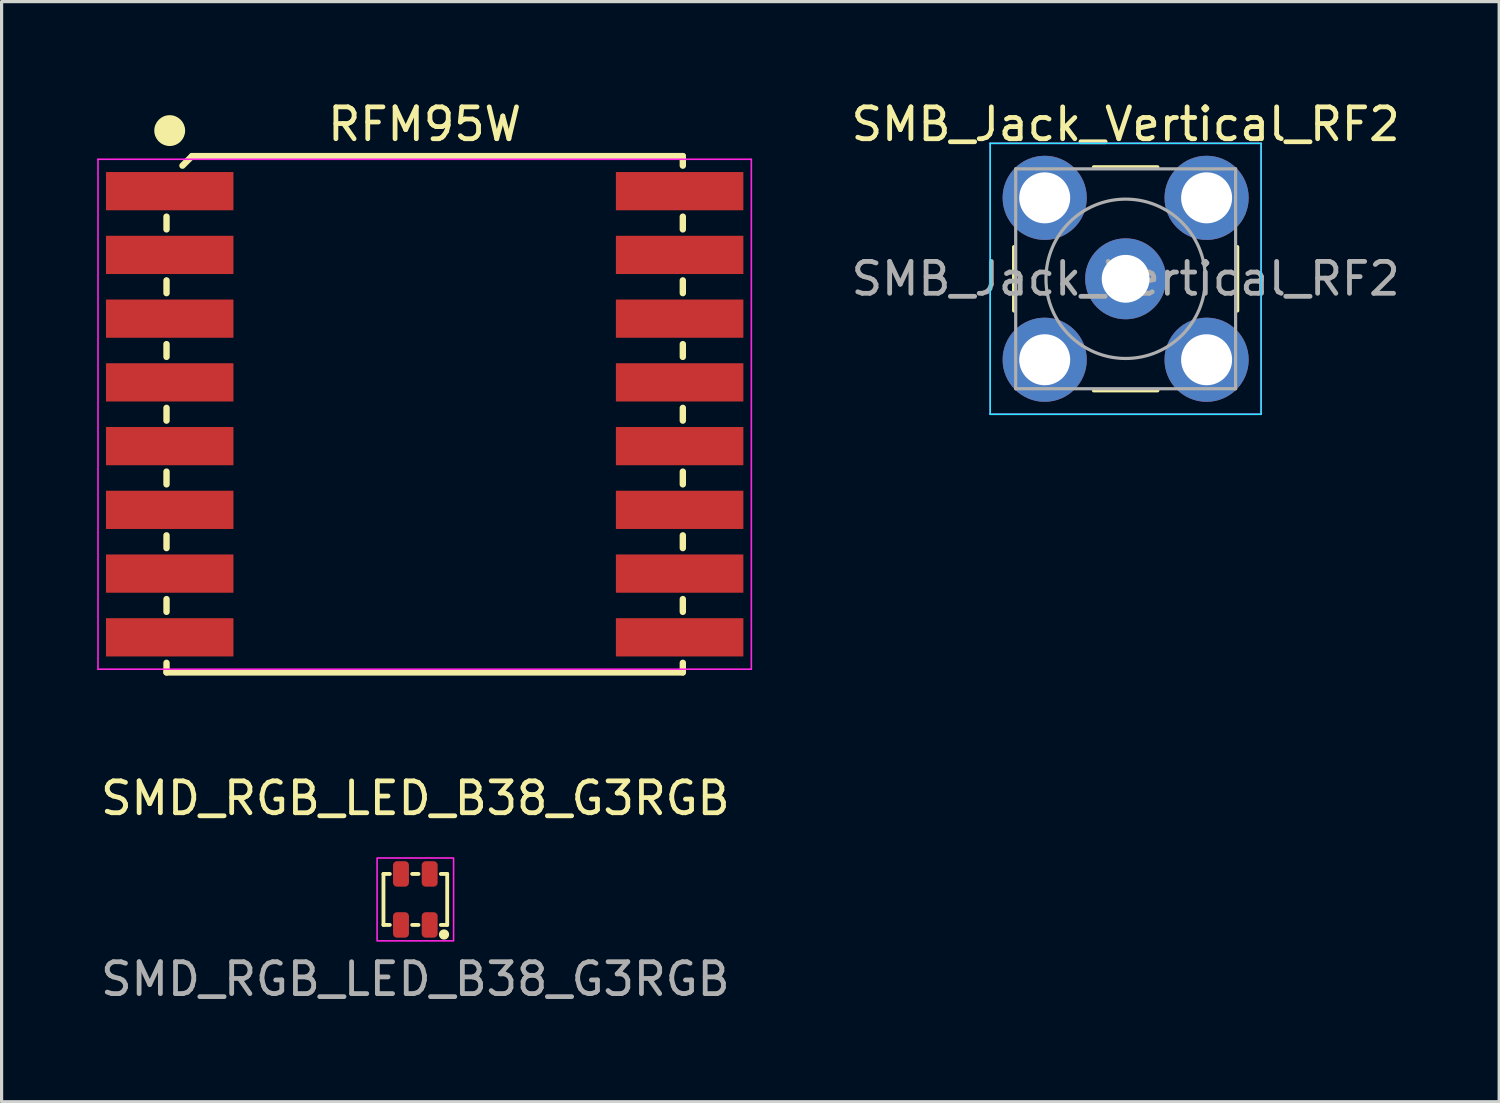
<source format=kicad_pcb>
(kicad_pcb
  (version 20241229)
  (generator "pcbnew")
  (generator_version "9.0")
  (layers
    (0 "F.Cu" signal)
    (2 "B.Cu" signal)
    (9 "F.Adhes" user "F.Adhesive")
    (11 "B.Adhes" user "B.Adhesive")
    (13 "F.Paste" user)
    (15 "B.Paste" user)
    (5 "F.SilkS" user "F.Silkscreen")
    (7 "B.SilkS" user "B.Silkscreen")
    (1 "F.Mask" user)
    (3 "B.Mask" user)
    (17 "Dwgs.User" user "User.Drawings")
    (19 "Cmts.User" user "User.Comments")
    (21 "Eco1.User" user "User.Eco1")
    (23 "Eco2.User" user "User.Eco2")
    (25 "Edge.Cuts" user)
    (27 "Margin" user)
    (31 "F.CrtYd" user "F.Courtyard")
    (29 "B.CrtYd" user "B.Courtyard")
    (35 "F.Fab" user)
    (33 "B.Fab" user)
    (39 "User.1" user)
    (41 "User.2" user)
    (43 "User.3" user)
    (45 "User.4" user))
  (footprint "SMB_Jack_Vertical_RF2"
    (layer "F.Cu")
    (at 32.27 5.698)
    (property "Reference" "SMB_Jack_Vertical_RF2" (at 0 -4.85 0) (layer "F.SilkS") (effects (font (size 1 1) (thickness 0.15))))
    (attr through_hole)
    (fp_line (start -3.505 1) (end -3.505 -1) (stroke (width 0.12) (type solid)) (layer "F.SilkS"))
    (fp_line (start -1 -3.505) (end 1 -3.505) (stroke (width 0.12) (type solid)) (layer "F.SilkS"))
    (fp_line (start 1 3.505) (end -1 3.505) (stroke (width 0.12) (type solid)) (layer "F.SilkS"))
    (fp_line (start 3.505 -1) (end 3.505 1) (stroke (width 0.12) (type solid)) (layer "F.SilkS"))
    (fp_line (start -4.25 -4.25) (end 4.25 -4.25) (stroke (width 0.05) (type solid)) (layer "B.CrtYd"))
    (fp_line (start -4.25 4.25) (end -4.25 -4.25) (stroke (width 0.05) (type solid)) (layer "B.CrtYd"))
    (fp_line (start 4.25 -4.25) (end 4.25 4.25) (stroke (width 0.05) (type solid)) (layer "B.CrtYd"))
    (fp_line (start 4.25 4.25) (end -4.25 4.25) (stroke (width 0.05) (type solid)) (layer "B.CrtYd"))
    (fp_line (start -4.25 -4.25) (end 4.25 -4.25) (stroke (width 0.05) (type solid)) (layer "F.CrtYd"))
    (fp_line (start -4.25 4.25) (end -4.25 -4.25) (stroke (width 0.05) (type solid)) (layer "F.CrtYd"))
    (fp_line (start 4.25 -4.25) (end 4.25 4.25) (stroke (width 0.05) (type solid)) (layer "F.CrtYd"))
    (fp_line (start 4.25 4.25) (end -4.25 4.25) (stroke (width 0.05) (type solid)) (layer "F.CrtYd"))
    (fp_line (start -3.45 -3.45) (end -3.45 3.45) (stroke (width 0.1) (type solid)) (layer "F.Fab"))
    (fp_line (start -3.45 3.45) (end 3.45 3.45) (stroke (width 0.1) (type solid)) (layer "F.Fab"))
    (fp_line (start 3.45 -3.45) (end -3.45 -3.45) (stroke (width 0.1) (type solid)) (layer "F.Fab"))
    (fp_line (start 3.45 3.45) (end 3.45 -3.45) (stroke (width 0.1) (type solid)) (layer "F.Fab"))
    (fp_circle (center 0 0) (end 2.5 0) (stroke (width 0.1) (type solid)) (fill no) (layer "F.Fab"))
    (fp_text user "${REFERENCE}" (at 0 0 0) (layer "F.Fab") (effects (font (size 1 1) (thickness 0.15))))
    (pad "1" thru_hole circle (at 0 0) (size 2.54 2.54) (drill 1.5) (layers "*.Cu" "*.Mask"))
    (pad "2" thru_hole circle (at -2.54 -2.54) (size 2.64 2.64) (drill 1.6) (layers "*.Cu" "*.Mask"))
    (pad "2" thru_hole circle (at -2.54 2.54) (size 2.64 2.64) (drill 1.6) (layers "*.Cu" "*.Mask"))
    (pad "2" thru_hole circle (at 2.54 -2.54) (size 2.64 2.64) (drill 1.6) (layers "*.Cu" "*.Mask"))
    (pad "2" thru_hole circle (at 2.54 2.54) (size 2.64 2.64) (drill 1.6) (layers "*.Cu" "*.Mask")))
  (footprint "SMD_RGB_LED_B38_G3RGB"
    (layer "F.Cu")
    (at 9.982 25.172)
    (property "Reference" "SMD_RGB_LED_B38_G3RGB" (at 0 -3.175 0) (unlocked yes) (layer "F.SilkS") (effects (font (size 1 1) (thickness 0.15))))
    (attr smd)
    (fp_line (start -1 -0.8) (end -1 0.8) (stroke (width 0.12) (type solid)) (layer "F.SilkS"))
    (fp_line (start -1 0.8) (end -0.8 0.8) (stroke (width 0.12) (type solid)) (layer "F.SilkS"))
    (fp_line (start -0.8 -0.8) (end -1 -0.8) (stroke (width 0.12) (type solid)) (layer "F.SilkS"))
    (fp_line (start -0.1 -0.8) (end 0.1 -0.8) (stroke (width 0.12) (type solid)) (layer "F.SilkS"))
    (fp_line (start -0.1 0.8) (end 0.1 0.8) (stroke (width 0.12) (type solid)) (layer "F.SilkS"))
    (fp_line (start 0.8 -0.8) (end 1 -0.8) (stroke (width 0.12) (type solid)) (layer "F.SilkS"))
    (fp_line (start 1 -0.8) (end 1 0.8) (stroke (width 0.12) (type solid)) (layer "F.SilkS"))
    (fp_line (start 1 0.8) (end 0.8 0.8) (stroke (width 0.12) (type solid)) (layer "F.SilkS"))
    (fp_circle (center 0.9 1.1) (end 1 1.1) (stroke (width 0.12) (type solid)) (fill yes) (layer "F.SilkS"))
    (fp_rect (start -1.2 -1.3) (end 1.2 1.3) (stroke (width 0.05) (type default)) (fill no) (layer "F.CrtYd"))
    (fp_text user "${REFERENCE}" (at 0 2.5 0) (unlocked yes) (layer "F.Fab") (effects (font (size 1 1) (thickness 0.15))))
    (pad "1" smd roundrect (at 0.45 0.8) (size 0.5 0.8) (layers "F.Cu" "F.Mask" "F.Paste") (roundrect_rratio 0.25))
    (pad "2" smd roundrect (at -0.45 0.8) (size 0.5 0.8) (layers "F.Cu" "F.Mask" "F.Paste") (roundrect_rratio 0.25))
    (pad "3" smd roundrect (at -0.45 -0.8) (size 0.5 0.8) (layers "F.Cu" "F.Mask" "F.Paste") (roundrect_rratio 0.25))
    (pad "4" smd roundrect (at 0.45 -0.8) (size 0.5 0.8) (layers "F.Cu" "F.Mask" "F.Paste") (roundrect_rratio 0.25)))
  (footprint "RFM95W"
    (layer "F.Cu")
    (at 10.275 9.948)
    (property "Reference" "RFM95W" (at 0 -9.1 0) (layer "F.SilkS") (effects (font (size 1 1) (thickness 0.15))))
    (attr through_hole)
    (fp_line (start -8.1 -6.2) (end -8.1 -5.8) (stroke (width 0.2) (type default)) (layer "F.SilkS"))
    (fp_line (start -8.1 -4.2) (end -8.1 -3.8) (stroke (width 0.2) (type default)) (layer "F.SilkS"))
    (fp_line (start -8.1 -2.2) (end -8.1 -1.8) (stroke (width 0.2) (type default)) (layer "F.SilkS"))
    (fp_line (start -8.1 -0.2) (end -8.1 0.2) (stroke (width 0.2) (type default)) (layer "F.SilkS"))
    (fp_line (start -8.1 1.8) (end -8.1 2.2) (stroke (width 0.2) (type default)) (layer "F.SilkS"))
    (fp_line (start -8.1 3.8) (end -8.1 4.2) (stroke (width 0.2) (type default)) (layer "F.SilkS"))
    (fp_line (start -8.1 5.8) (end -8.1 6.2) (stroke (width 0.2) (type default)) (layer "F.SilkS"))
    (fp_line (start -8.1 7.8) (end -8.1 8.1) (stroke (width 0.2) (type default)) (layer "F.SilkS"))
    (fp_line (start -7.6 -7.8) (end -7.3 -8.1) (stroke (width 0.2) (type default)) (layer "F.SilkS"))
    (fp_line (start -7.3 -8.1) (end 8.1 -8.1) (stroke (width 0.2) (type default)) (layer "F.SilkS"))
    (fp_line (start 8.1 -8.1) (end 8.1 -7.8) (stroke (width 0.2) (type default)) (layer "F.SilkS"))
    (fp_line (start 8.1 -6.2) (end 8.1 -5.8) (stroke (width 0.2) (type default)) (layer "F.SilkS"))
    (fp_line (start 8.1 -4.2) (end 8.1 -3.8) (stroke (width 0.2) (type default)) (layer "F.SilkS"))
    (fp_line (start 8.1 -2.2) (end 8.1 -1.8) (stroke (width 0.2) (type default)) (layer "F.SilkS"))
    (fp_line (start 8.1 -0.2) (end 8.1 0.2) (stroke (width 0.2) (type default)) (layer "F.SilkS"))
    (fp_line (start 8.1 1.8) (end 8.1 2.2) (stroke (width 0.2) (type default)) (layer "F.SilkS"))
    (fp_line (start 8.1 3.8) (end 8.1 4.2) (stroke (width 0.2) (type default)) (layer "F.SilkS"))
    (fp_line (start 8.1 5.8) (end 8.1 6.2) (stroke (width 0.2) (type default)) (layer "F.SilkS"))
    (fp_line (start 8.1 7.8) (end 8.1 8.1) (stroke (width 0.2) (type default)) (layer "F.SilkS"))
    (fp_line (start 8.1 8.1) (end -8.1 8.1) (stroke (width 0.2) (type default)) (layer "F.SilkS"))
    (fp_circle (center -8 -8.9) (end -7.576 -8.9) (stroke (width 0.12) (type solid)) (fill yes) (layer "F.SilkS"))
    (fp_line (start -10.25 -8) (end 10.25 -8) (stroke (width 0.05) (type default)) (layer "F.CrtYd"))
    (fp_line (start -10.25 8) (end -10.25 -8) (stroke (width 0.05) (type default)) (layer "F.CrtYd"))
    (fp_line (start 10.25 -8) (end 10.25 8) (stroke (width 0.05) (type default)) (layer "F.CrtYd"))
    (fp_line (start 10.25 8) (end -10.25 8) (stroke (width 0.05) (type default)) (layer "F.CrtYd"))
    (pad "1" smd rect (at -8 -7 270) (size 1.2 4) (layers "F.Cu" "F.Mask" "F.Paste"))
    (pad "2" smd rect (at -8 -5 270) (size 1.2 4) (layers "F.Cu" "F.Mask" "F.Paste"))
    (pad "3" smd rect (at -8 -3 270) (size 1.2 4) (layers "F.Cu" "F.Mask" "F.Paste"))
    (pad "4" smd rect (at -8 -1 270) (size 1.2 4) (layers "F.Cu" "F.Mask" "F.Paste"))
    (pad "5" smd rect (at -8 1 270) (size 1.2 4) (layers "F.Cu" "F.Mask" "F.Paste"))
    (pad "6" smd rect (at -8 3 270) (size 1.2 4) (layers "F.Cu" "F.Mask" "F.Paste"))
    (pad "7" smd rect (at -8 5 270) (size 1.2 4) (layers "F.Cu" "F.Mask" "F.Paste"))
    (pad "8" smd rect (at -8 7 270) (size 1.2 4) (layers "F.Cu" "F.Mask" "F.Paste"))
    (pad "9" smd rect (at 8 7 270) (size 1.2 4) (layers "F.Cu" "F.Mask" "F.Paste"))
    (pad "10" smd rect (at 8 5 270) (size 1.2 4) (layers "F.Cu" "F.Mask" "F.Paste"))
    (pad "11" smd rect (at 8 3 270) (size 1.2 4) (layers "F.Cu" "F.Mask" "F.Paste"))
    (pad "12" smd rect (at 8 1 270) (size 1.2 4) (layers "F.Cu" "F.Mask" "F.Paste"))
    (pad "13" smd rect (at 8 -1 270) (size 1.2 4) (layers "F.Cu" "F.Mask" "F.Paste"))
    (pad "14" smd rect (at 8 -3 270) (size 1.2 4) (layers "F.Cu" "F.Mask" "F.Paste"))
    (pad "15" smd rect (at 8 -5 270) (size 1.2 4) (layers "F.Cu" "F.Mask" "F.Paste"))
    (pad "16" smd rect (at 8 -7 270) (size 1.2 4) (layers "F.Cu" "F.Mask" "F.Paste")))
  (gr_rect
    (start -3 -3)
    (end 43.99 31.52)
    (stroke (width 0.1) (type default))
    (fill no)
    (layer "Edge.Cuts")))
</source>
